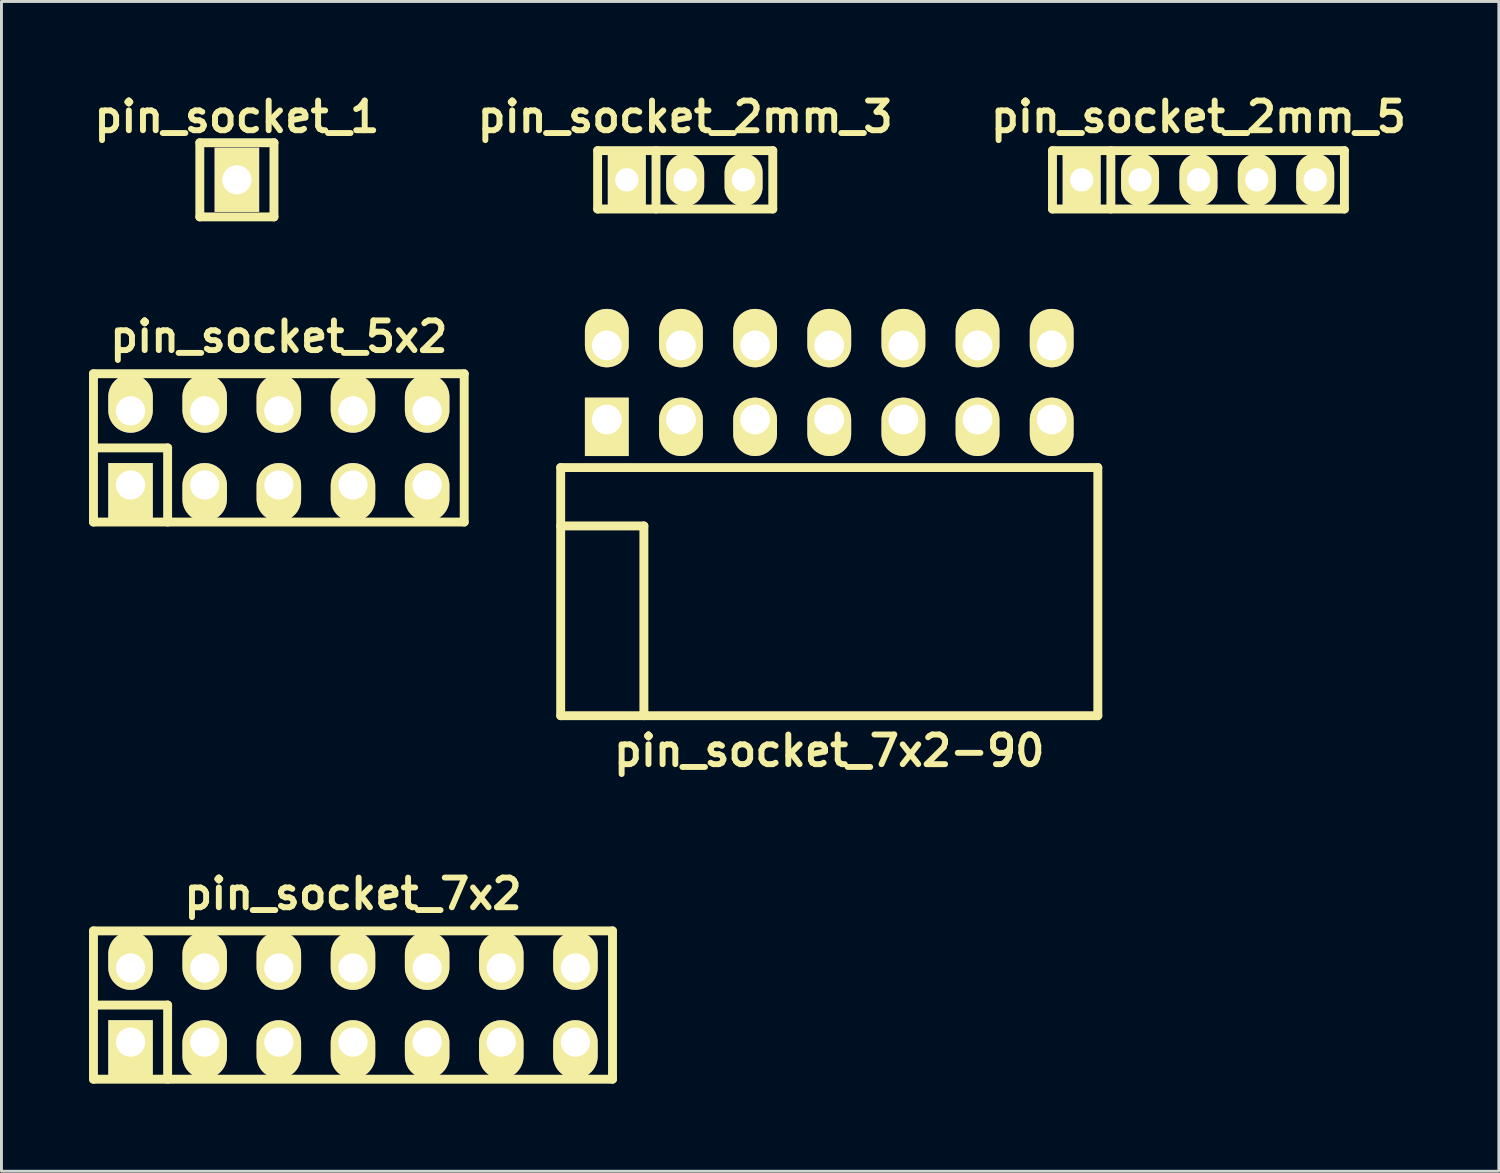
<source format=kicad_pcb>
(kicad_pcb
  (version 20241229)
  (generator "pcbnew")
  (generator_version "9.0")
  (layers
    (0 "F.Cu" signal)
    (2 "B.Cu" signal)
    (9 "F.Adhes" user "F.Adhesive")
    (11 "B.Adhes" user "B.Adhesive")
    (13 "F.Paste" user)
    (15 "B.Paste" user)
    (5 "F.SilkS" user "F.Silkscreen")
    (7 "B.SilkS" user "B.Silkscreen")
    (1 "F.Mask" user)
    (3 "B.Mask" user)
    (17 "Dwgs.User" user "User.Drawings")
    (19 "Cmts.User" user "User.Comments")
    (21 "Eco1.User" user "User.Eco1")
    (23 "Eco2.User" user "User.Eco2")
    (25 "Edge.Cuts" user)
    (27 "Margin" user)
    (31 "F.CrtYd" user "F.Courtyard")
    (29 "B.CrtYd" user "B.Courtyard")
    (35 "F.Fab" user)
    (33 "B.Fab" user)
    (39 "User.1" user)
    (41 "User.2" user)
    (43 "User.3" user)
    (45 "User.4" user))
  (footprint "pin_socket_7x2"
    (layer "F.Cu")
    (at 9.042 31.379)
    (property "Reference" "pin_socket_7x2" (at 0 -3.81 0) (layer "F.SilkS") (effects (font (size 1.016 1.016) (thickness 0.203))))
    (attr through_hole)
    (fp_line (start -8.89 -2.54) (end -8.89 2.54) (stroke (width 0.305) (type solid)) (layer "F.SilkS"))
    (fp_line (start -8.89 -2.54) (end 8.89 -2.54) (stroke (width 0.305) (type solid)) (layer "F.SilkS"))
    (fp_line (start -8.89 0) (end -6.35 0) (stroke (width 0.305) (type solid)) (layer "F.SilkS"))
    (fp_line (start -6.35 0) (end -6.35 2.54) (stroke (width 0.305) (type solid)) (layer "F.SilkS"))
    (fp_line (start 8.89 -2.54) (end 8.89 2.54) (stroke (width 0.305) (type solid)) (layer "F.SilkS"))
    (fp_line (start 8.89 2.54) (end -8.89 2.54) (stroke (width 0.305) (type solid)) (layer "F.SilkS"))
    (pad "1" thru_hole rect (at -7.62 1.27) (size 1.524 1.999) (drill 1.001 (offset 0 0.249)) (layers "*.Cu" "*.Mask" "F.SilkS"))
    (pad "2" thru_hole oval (at -7.62 -1.27) (size 1.524 1.999) (drill 1.001 (offset 0 -0.249)) (layers "*.Cu" "*.Mask" "F.SilkS"))
    (pad "3" thru_hole oval (at -5.08 1.27) (size 1.524 1.999) (drill 1.001 (offset 0 0.249)) (layers "*.Cu" "*.Mask" "F.SilkS"))
    (pad "4" thru_hole oval (at -5.08 -1.27) (size 1.524 1.999) (drill 1.001 (offset 0 -0.249)) (layers "*.Cu" "*.Mask" "F.SilkS"))
    (pad "5" thru_hole oval (at -2.54 1.27) (size 1.524 1.999) (drill 1.001 (offset 0 0.249)) (layers "*.Cu" "*.Mask" "F.SilkS"))
    (pad "6" thru_hole oval (at -2.54 -1.27) (size 1.524 1.999) (drill 1.001 (offset 0 -0.249)) (layers "*.Cu" "*.Mask" "F.SilkS"))
    (pad "7" thru_hole oval (at 0 1.27) (size 1.524 1.999) (drill 1.001 (offset 0 0.249)) (layers "*.Cu" "*.Mask" "F.SilkS"))
    (pad "8" thru_hole oval (at 0 -1.27) (size 1.524 1.999) (drill 1.001 (offset 0 -0.249)) (layers "*.Cu" "*.Mask" "F.SilkS"))
    (pad "9" thru_hole oval (at 2.54 1.27) (size 1.524 1.999) (drill 1.001 (offset 0 0.249)) (layers "*.Cu" "*.Mask" "F.SilkS"))
    (pad "10" thru_hole oval (at 2.54 -1.27) (size 1.524 1.999) (drill 1.001 (offset 0 -0.249)) (layers "*.Cu" "*.Mask" "F.SilkS"))
    (pad "11" thru_hole oval (at 5.08 1.27) (size 1.524 1.999) (drill 1.001 (offset 0 0.249)) (layers "*.Cu" "*.Mask" "F.SilkS"))
    (pad "12" thru_hole oval (at 5.08 -1.27) (size 1.524 1.999) (drill 1.001 (offset 0 -0.249)) (layers "*.Cu" "*.Mask" "F.SilkS"))
    (pad "13" thru_hole oval (at 7.62 1.27) (size 1.524 1.999) (drill 1.001 (offset 0 0.249)) (layers "*.Cu" "*.Mask" "F.SilkS"))
    (pad "14" thru_hole oval (at 7.62 -1.27) (size 1.524 1.999) (drill 1.001 (offset 0 -0.249)) (layers "*.Cu" "*.Mask" "F.SilkS")))
  (footprint "pin_socket_5x2"
    (layer "F.Cu")
    (at 6.502 12.293)
    (property "Reference" "pin_socket_5x2" (at 0 -3.81 0) (layer "F.SilkS") (effects (font (size 1.016 1.016) (thickness 0.203))))
    (attr through_hole)
    (fp_line (start -6.35 -2.54) (end -6.35 2.54) (stroke (width 0.305) (type solid)) (layer "F.SilkS"))
    (fp_line (start -6.35 -2.54) (end 6.35 -2.54) (stroke (width 0.305) (type solid)) (layer "F.SilkS"))
    (fp_line (start -6.35 0) (end -3.81 0) (stroke (width 0.305) (type solid)) (layer "F.SilkS"))
    (fp_line (start -3.81 0) (end -3.81 2.54) (stroke (width 0.305) (type solid)) (layer "F.SilkS"))
    (fp_line (start 6.35 -2.54) (end 6.35 2.54) (stroke (width 0.305) (type solid)) (layer "F.SilkS"))
    (fp_line (start 6.35 2.54) (end -6.35 2.54) (stroke (width 0.305) (type solid)) (layer "F.SilkS"))
    (pad "1" thru_hole rect (at -5.08 1.27) (size 1.524 1.999) (drill 1.001 (offset 0 0.249)) (layers "*.Cu" "*.Mask" "F.SilkS"))
    (pad "2" thru_hole oval (at -5.08 -1.27) (size 1.524 1.999) (drill 1.001 (offset 0 -0.249)) (layers "*.Cu" "*.Mask" "F.SilkS"))
    (pad "3" thru_hole oval (at -2.54 1.27) (size 1.524 1.999) (drill 1.001 (offset 0 0.249)) (layers "*.Cu" "*.Mask" "F.SilkS"))
    (pad "4" thru_hole oval (at -2.54 -1.27) (size 1.524 1.999) (drill 1.001 (offset 0 -0.249)) (layers "*.Cu" "*.Mask" "F.SilkS"))
    (pad "5" thru_hole oval (at 0 1.27) (size 1.524 1.999) (drill 1.001 (offset 0 0.249)) (layers "*.Cu" "*.Mask" "F.SilkS"))
    (pad "6" thru_hole oval (at 0 -1.27) (size 1.524 1.999) (drill 1.001 (offset 0 -0.249)) (layers "*.Cu" "*.Mask" "F.SilkS"))
    (pad "7" thru_hole oval (at 2.54 1.27) (size 1.524 1.999) (drill 1.001 (offset 0 0.249)) (layers "*.Cu" "*.Mask" "F.SilkS"))
    (pad "8" thru_hole oval (at 2.54 -1.27) (size 1.524 1.999) (drill 1.001 (offset 0 -0.249)) (layers "*.Cu" "*.Mask" "F.SilkS"))
    (pad "9" thru_hole oval (at 5.08 1.27) (size 1.524 1.999) (drill 1.001 (offset 0 0.249)) (layers "*.Cu" "*.Mask" "F.SilkS"))
    (pad "10" thru_hole oval (at 5.08 -1.27) (size 1.524 1.999) (drill 1.001 (offset 0 -0.249)) (layers "*.Cu" "*.Mask" "F.SilkS")))
  (footprint "pin_socket_2mm_3"
    (layer "F.Cu")
    (at 20.422 3.11)
    (property "Reference" "pin_socket_2mm_3" (at 0 -2.159 0) (layer "F.SilkS") (effects (font (size 1.016 1.016) (thickness 0.203))))
    (attr through_hole)
    (fp_line (start -3 -1) (end 3 -1) (stroke (width 0.305) (type solid)) (layer "F.SilkS"))
    (fp_line (start -3 1) (end -3 -1) (stroke (width 0.305) (type solid)) (layer "F.SilkS"))
    (fp_line (start -1 -1) (end -1 1) (stroke (width 0.305) (type solid)) (layer "F.SilkS"))
    (fp_line (start 3 -1) (end 3 1) (stroke (width 0.305) (type solid)) (layer "F.SilkS"))
    (fp_line (start 3 1) (end -3 1) (stroke (width 0.305) (type solid)) (layer "F.SilkS"))
    (pad "1" thru_hole rect (at -2 0) (size 1.3 1.8) (drill 0.8) (layers "*.Cu" "*.Mask" "F.SilkS"))
    (pad "2" thru_hole oval (at 0 0) (size 1.3 1.8) (drill 0.8) (layers "*.Cu" "*.Mask" "F.SilkS"))
    (pad "3" thru_hole oval (at 2 0) (size 1.3 1.8) (drill 0.8) (layers "*.Cu" "*.Mask" "F.SilkS")))
  (footprint "pin_socket_1"
    (layer "F.Cu")
    (at 5.065 3.11)
    (property "Reference" "pin_socket_1" (at 0 -2.159 0) (layer "F.SilkS") (effects (font (size 1.016 1.016) (thickness 0.203))))
    (attr through_hole)
    (fp_line (start -1.27 -1.27) (end 1.27 -1.27) (stroke (width 0.305) (type solid)) (layer "F.SilkS"))
    (fp_line (start -1.27 1.27) (end -1.27 -1.27) (stroke (width 0.305) (type solid)) (layer "F.SilkS"))
    (fp_line (start 1.27 -1.27) (end 1.27 1.27) (stroke (width 0.305) (type solid)) (layer "F.SilkS"))
    (fp_line (start 1.27 1.27) (end -1.27 1.27) (stroke (width 0.305) (type solid)) (layer "F.SilkS"))
    (pad "1" thru_hole rect (at 0 0) (size 1.524 2.2) (drill 1.001) (layers "*.Cu" "*.Mask" "F.SilkS")))
  (footprint "pin_socket_2mm_5"
    (layer "F.Cu")
    (at 38.004 3.11)
    (property "Reference" "pin_socket_2mm_5" (at 0 -2.159 0) (layer "F.SilkS") (effects (font (size 1.016 1.016) (thickness 0.203))))
    (attr through_hole)
    (fp_line (start -5 -1) (end 5 -1) (stroke (width 0.305) (type solid)) (layer "F.SilkS"))
    (fp_line (start -5 1) (end -5 -1) (stroke (width 0.305) (type solid)) (layer "F.SilkS"))
    (fp_line (start -3 -1) (end -3 1) (stroke (width 0.305) (type solid)) (layer "F.SilkS"))
    (fp_line (start 5 -1) (end 5 1) (stroke (width 0.305) (type solid)) (layer "F.SilkS"))
    (fp_line (start 5 1) (end -5 1) (stroke (width 0.305) (type solid)) (layer "F.SilkS"))
    (pad "1" thru_hole rect (at -4 0) (size 1.3 1.8) (drill 0.8) (layers "*.Cu" "*.Mask" "F.SilkS"))
    (pad "2" thru_hole oval (at -2 0) (size 1.3 1.8) (drill 0.8) (layers "*.Cu" "*.Mask" "F.SilkS"))
    (pad "3" thru_hole oval (at 0 0) (size 1.3 1.8) (drill 0.8) (layers "*.Cu" "*.Mask" "F.SilkS"))
    (pad "4" thru_hole oval (at 2 0) (size 1.3 1.8) (drill 0.8) (layers "*.Cu" "*.Mask" "F.SilkS"))
    (pad "5" thru_hole oval (at 4 0) (size 1.3 1.8) (drill 0.8) (layers "*.Cu" "*.Mask" "F.SilkS")))
  (footprint "pin_socket_7x2-90"
    (layer "F.Cu")
    (at 25.357 14.967)
    (property "Reference" "pin_socket_7x2-90" (at 0 7.7 0) (layer "F.SilkS") (effects (font (size 1.016 1.016) (thickness 0.203))))
    (attr through_hole)
    (fp_line (start -9.2 -2) (end -9.2 6.5) (stroke (width 0.305) (type solid)) (layer "F.SilkS"))
    (fp_line (start -9.2 -2) (end 9.2 -2) (stroke (width 0.305) (type solid)) (layer "F.SilkS"))
    (fp_line (start -9.2 0) (end -6.35 0) (stroke (width 0.305) (type solid)) (layer "F.SilkS"))
    (fp_line (start -9.2 6.5) (end 9.2 6.5) (stroke (width 0.305) (type solid)) (layer "F.SilkS"))
    (fp_line (start -6.35 0) (end -6.35 6.5) (stroke (width 0.305) (type solid)) (layer "F.SilkS"))
    (fp_line (start 9.2 -2) (end 9.2 6.5) (stroke (width 0.305) (type solid)) (layer "F.SilkS"))
    (pad "1" thru_hole rect (at -7.62 -3.645) (size 1.5 2) (drill 1.02 (offset 0 0.25)) (layers "*.Cu" "*.Mask" "F.SilkS"))
    (pad "2" thru_hole oval (at -7.62 -6.185) (size 1.5 2) (drill 1.02 (offset 0 -0.25)) (layers "*.Cu" "*.Mask" "F.SilkS"))
    (pad "3" thru_hole oval (at -5.08 -3.645) (size 1.5 2) (drill 1.02 (offset 0 0.25)) (layers "*.Cu" "*.Mask" "F.SilkS"))
    (pad "4" thru_hole oval (at -5.08 -6.185) (size 1.5 2) (drill 1.02 (offset 0 -0.25)) (layers "*.Cu" "*.Mask" "F.SilkS"))
    (pad "5" thru_hole oval (at -2.54 -3.645) (size 1.5 2) (drill 1.02 (offset 0 0.25)) (layers "*.Cu" "*.Mask" "F.SilkS"))
    (pad "6" thru_hole oval (at -2.54 -6.185) (size 1.5 2) (drill 1.02 (offset 0 -0.25)) (layers "*.Cu" "*.Mask" "F.SilkS"))
    (pad "7" thru_hole oval (at 0 -3.645) (size 1.5 2) (drill 1.02 (offset 0 0.25)) (layers "*.Cu" "*.Mask" "F.SilkS"))
    (pad "8" thru_hole oval (at 0 -6.185) (size 1.5 2) (drill 1.02 (offset 0 -0.25)) (layers "*.Cu" "*.Mask" "F.SilkS"))
    (pad "9" thru_hole oval (at 2.54 -3.645) (size 1.5 2) (drill 1.02 (offset 0 0.25)) (layers "*.Cu" "*.Mask" "F.SilkS"))
    (pad "10" thru_hole oval (at 2.54 -6.185) (size 1.5 2) (drill 1.02 (offset 0 -0.25)) (layers "*.Cu" "*.Mask" "F.SilkS"))
    (pad "11" thru_hole oval (at 5.08 -3.645) (size 1.5 2) (drill 1.02 (offset 0 0.25)) (layers "*.Cu" "*.Mask" "F.SilkS"))
    (pad "12" thru_hole oval (at 5.08 -6.185) (size 1.5 2) (drill 1.02 (offset 0 -0.25)) (layers "*.Cu" "*.Mask" "F.SilkS"))
    (pad "13" thru_hole oval (at 7.62 -3.645) (size 1.5 2) (drill 1.02 (offset 0 0.25)) (layers "*.Cu" "*.Mask" "F.SilkS"))
    (pad "14" thru_hole oval (at 7.62 -6.185) (size 1.5 2) (drill 1.02 (offset 0 -0.25)) (layers "*.Cu" "*.Mask" "F.SilkS")))
  (gr_rect
    (start -3 -3)
    (end 48.295 37.072)
    (stroke (width 0.1) (type default))
    (fill no)
    (layer "Edge.Cuts")))
</source>
